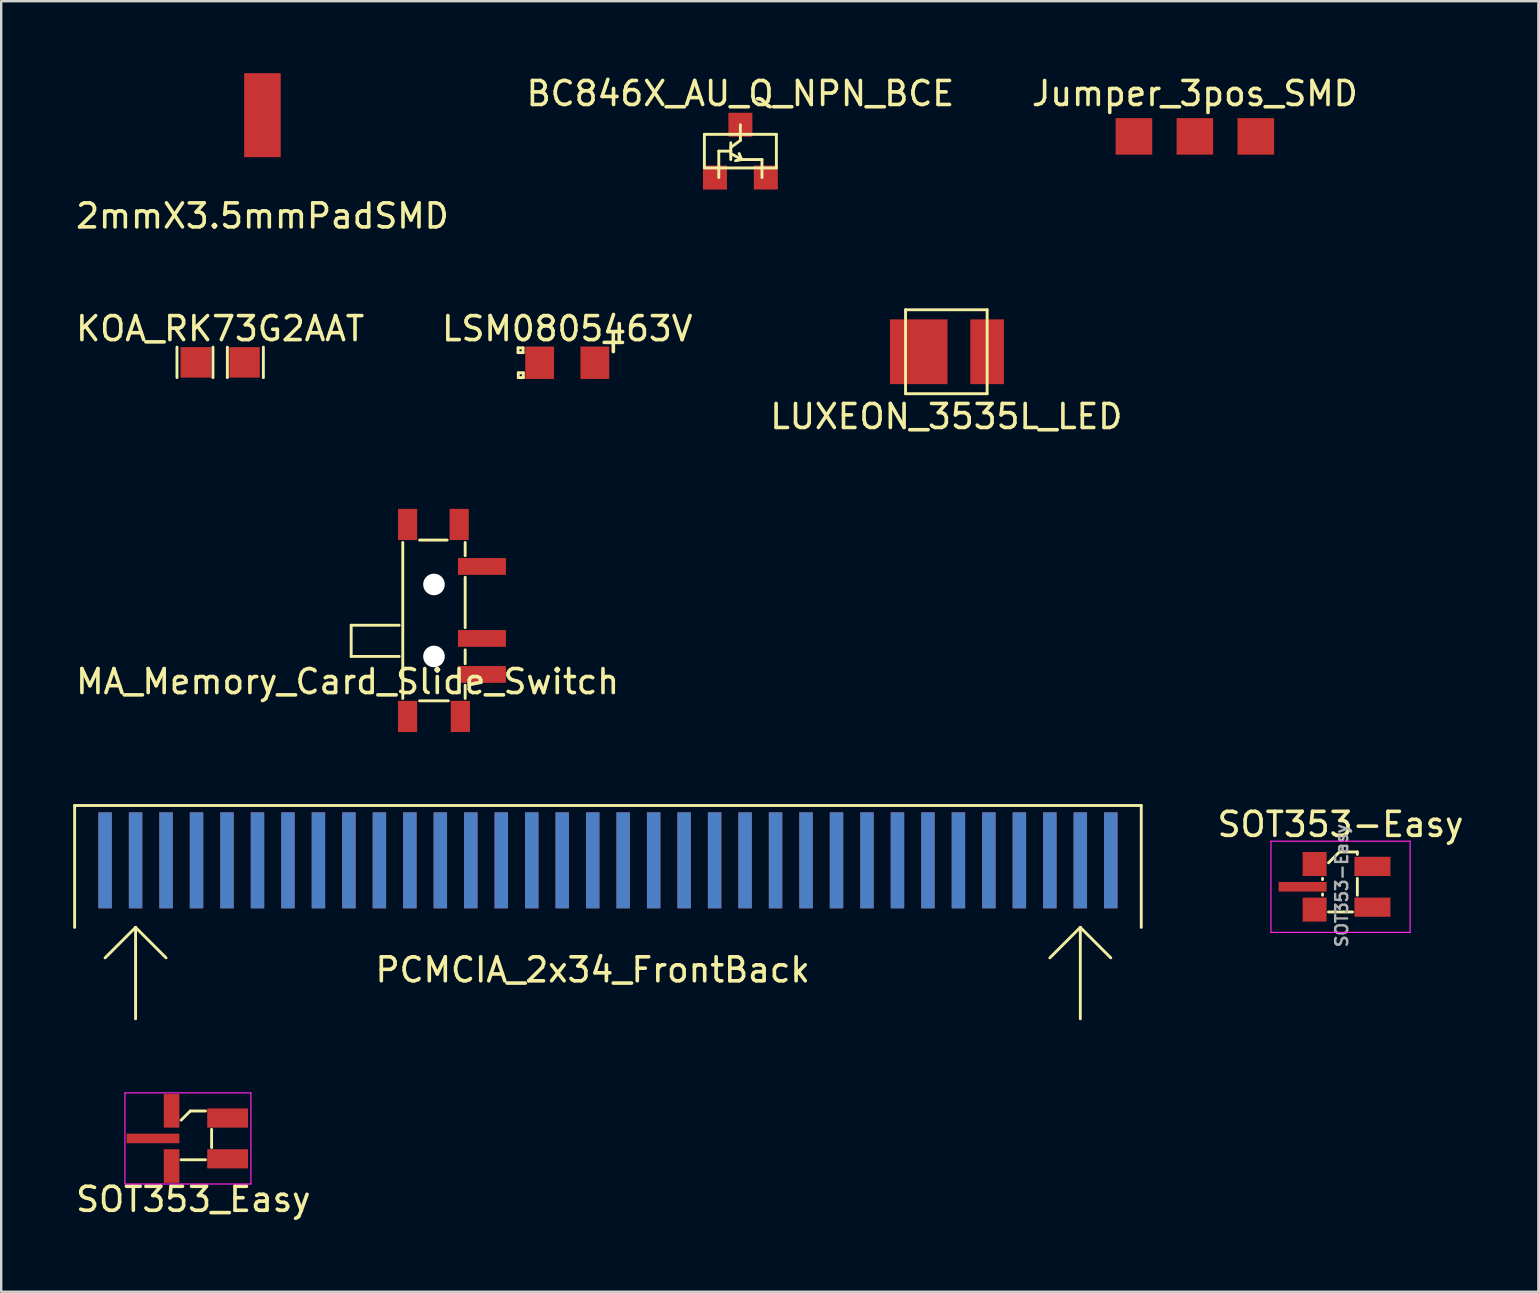
<source format=kicad_pcb>
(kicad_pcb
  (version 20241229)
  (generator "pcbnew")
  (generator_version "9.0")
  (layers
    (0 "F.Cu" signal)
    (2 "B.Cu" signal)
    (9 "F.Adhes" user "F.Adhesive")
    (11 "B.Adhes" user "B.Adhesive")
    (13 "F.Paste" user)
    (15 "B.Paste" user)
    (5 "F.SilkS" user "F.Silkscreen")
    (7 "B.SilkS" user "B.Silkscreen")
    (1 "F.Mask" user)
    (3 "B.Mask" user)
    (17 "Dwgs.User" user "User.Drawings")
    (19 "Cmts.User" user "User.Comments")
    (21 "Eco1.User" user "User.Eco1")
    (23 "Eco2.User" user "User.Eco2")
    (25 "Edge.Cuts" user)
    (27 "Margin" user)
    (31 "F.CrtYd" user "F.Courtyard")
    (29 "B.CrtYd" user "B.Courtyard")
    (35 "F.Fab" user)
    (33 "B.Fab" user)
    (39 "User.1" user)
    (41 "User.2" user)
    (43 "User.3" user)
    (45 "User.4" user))
  (footprint "2mmX3.5mmPadSMD"
    (layer "F.Cu")
    (at 7.887 5.45)
    (property "Reference" "2mmX3.5mmPadSMD" (at 0 0.5 0) (layer "F.SilkS") (effects (font (size 1 1) (thickness 0.15))))
    (attr through_hole)
    (pad "1" smd rect (at 0 -3.7) (size 1.524 3.5) (layers "F.Cu" "F.Mask" "F.Paste")))
  (footprint "LSM0805463V"
    (layer "F.Cu")
    (at 20.589 12.066)
    (property "Reference" "LSM0805463V" (at 0 -1.42 0) (layer "F.SilkS") (effects (font (size 1 1) (thickness 0.15))))
    (attr through_hole)
    (fp_line (start -2.05 -0.62) (end -1.84 -0.62) (stroke (width 0.12) (type solid)) (layer "F.SilkS"))
    (fp_line (start -2.05 -0.42) (end -2.05 -0.62) (stroke (width 0.12) (type solid)) (layer "F.SilkS"))
    (fp_line (start -2.04 0.42) (end -1.83 0.42) (stroke (width 0.12) (type solid)) (layer "F.SilkS"))
    (fp_line (start -2.04 0.62) (end -2.04 0.42) (stroke (width 0.12) (type solid)) (layer "F.SilkS"))
    (fp_line (start -1.84 -0.62) (end -1.84 -0.42) (stroke (width 0.12) (type solid)) (layer "F.SilkS"))
    (fp_line (start -1.84 -0.42) (end -2.05 -0.42) (stroke (width 0.12) (type solid)) (layer "F.SilkS"))
    (fp_line (start -1.83 0.42) (end -1.83 0.62) (stroke (width 0.12) (type solid)) (layer "F.SilkS"))
    (fp_line (start -1.83 0.62) (end -2.04 0.62) (stroke (width 0.12) (type solid)) (layer "F.SilkS"))
    (fp_text user "+" (at 1.92 -0.92 0) (layer "F.SilkS") (effects (font (size 1 1) (thickness 0.15))))
    (pad "1" smd rect (at -1.15 0) (size 1.2 1.35) (layers "F.Cu" "F.Mask" "F.Paste"))
    (pad "2" smd rect (at 1.15 0) (size 1.2 1.35) (layers "F.Cu" "F.Mask" "F.Paste")))
  (footprint "LUXEON_3535L_LED"
    (layer "F.Cu")
    (at 36.387 11.608)
    (property "Reference" "LUXEON_3535L_LED" (at 0 2.7 0) (layer "F.SilkS") (effects (font (size 1 1) (thickness 0.15))))
    (attr through_hole)
    (fp_line (start -1.7 -1.75) (end 1.7 -1.75) (stroke (width 0.12) (type solid)) (layer "F.SilkS"))
    (fp_line (start -1.7 1.75) (end -1.7 -1.75) (stroke (width 0.12) (type solid)) (layer "F.SilkS"))
    (fp_line (start 1.7 -1.75) (end 1.7 1.75) (stroke (width 0.12) (type solid)) (layer "F.SilkS"))
    (fp_line (start 1.7 1.75) (end -1.7 1.75) (stroke (width 0.12) (type solid)) (layer "F.SilkS"))
    (pad "1" smd rect (at -1.15 0) (size 2.4 2.7) (layers "F.Cu" "F.Mask" "F.Paste"))
    (pad "2" smd rect (at 1.7 0) (size 1.4 2.7) (layers "F.Cu" "F.Mask" "F.Paste")))
  (footprint "SOT353_Easy"
    (layer "F.Cu")
    (at 5.006 44.392)
    (property "Reference" "SOT353_Easy" (at 0 2.54 0) (layer "F.SilkS") (effects (font (size 1 1) (thickness 0.15))))
    (attr through_hole)
    (fp_line (start -0.508 -0.762) (end -0.127 -1.143) (stroke (width 0.12) (type solid)) (layer "F.SilkS"))
    (fp_line (start -0.127 -1.143) (end 0.508 -1.143) (stroke (width 0.12) (type solid)) (layer "F.SilkS"))
    (fp_line (start 0.508 0.889) (end -0.508 0.889) (stroke (width 0.12) (type solid)) (layer "F.SilkS"))
    (fp_line (start 0.762 -0.381) (end 0.762 0.381) (stroke (width 0.12) (type solid)) (layer "F.SilkS"))
    (fp_line (start -2.85 -1.9) (end -2.85 1.9) (stroke (width 0.05) (type solid)) (layer "F.CrtYd"))
    (fp_line (start -2.85 1.9) (end 2.4 1.9) (stroke (width 0.05) (type solid)) (layer "F.CrtYd"))
    (fp_line (start 2.4 -1.9) (end -2.85 -1.9) (stroke (width 0.05) (type solid)) (layer "F.CrtYd"))
    (fp_line (start 2.4 1.9) (end 2.4 -1.9) (stroke (width 0.05) (type solid)) (layer "F.CrtYd"))
    (pad "1" smd rect (at -0.905 -1.15) (size 0.65 1.4) (layers "F.Cu" "F.Mask" "F.Paste"))
    (pad "2" smd rect (at -1.68 0) (size 2.2 0.4) (layers "F.Cu" "F.Mask" "F.Paste"))
    (pad "3" smd rect (at -0.905 1.15) (size 0.65 1.4) (layers "F.Cu" "F.Mask" "F.Paste"))
    (pad "4" smd rect (at 1.43 0.85) (size 1.7 0.8) (layers "F.Cu" "F.Mask" "F.Paste"))
    (pad "5" smd rect (at 1.43 -0.85) (size 1.7 0.8) (layers "F.Cu" "F.Mask" "F.Paste")))
  (footprint "Jumper_3pos_SMD"
    (layer "F.Cu")
    (at 46.744 0.348)
    (property "Reference" "Jumper_3pos_SMD" (at 0 0.5 0) (layer "F.SilkS") (effects (font (size 1 1) (thickness 0.15))))
    (attr through_hole)
    (pad "1" smd rect (at -2.54 2.286) (size 1.524 1.524) (layers "F.Cu" "F.Mask" "F.Paste"))
    (pad "2" smd rect (at 0 2.286) (size 1.524 1.524) (layers "F.Cu" "F.Mask" "F.Paste"))
    (pad "3" smd rect (at 2.54 2.286) (size 1.524 1.524) (layers "F.Cu" "F.Mask" "F.Paste")))
  (footprint "SOT353-Easy"
    (layer "F.Cu")
    (at 52.814 33.905)
    (property "Reference" "SOT353-Easy" (at 0 -2.6 0) (unlocked yes) (layer "F.SilkS") (effects (font (size 1 1) (thickness 0.15))))
    (attr smd)
    (fp_line (start -0.75 -0.35) (end -0.75 -0.3) (stroke (width 0.12) (type solid)) (layer "F.SilkS"))
    (fp_line (start -0.75 0.3) (end -0.75 0.35) (stroke (width 0.12) (type solid)) (layer "F.SilkS"))
    (fp_line (start -0.05 -1.45) (end -0.5 -1) (stroke (width 0.12) (type solid)) (layer "F.SilkS"))
    (fp_line (start -0.05 -1.45) (end 0.7 -1.45) (stroke (width 0.12) (type solid)) (layer "F.SilkS"))
    (fp_line (start 0.5 1.05) (end -0.5 1.05) (stroke (width 0.12) (type solid)) (layer "F.SilkS"))
    (fp_line (start 0.7 -1.45) (end 0.7 -1.35) (stroke (width 0.12) (type solid)) (layer "F.SilkS"))
    (fp_line (start 0.7 -0.35) (end 0.7 0.35) (stroke (width 0.12) (type solid)) (layer "F.SilkS"))
    (fp_line (start -2.9 -1.9) (end -2.9 1.9) (stroke (width 0.05) (type solid)) (layer "F.CrtYd"))
    (fp_line (start -2.9 1.9) (end 2.9 1.9) (stroke (width 0.05) (type solid)) (layer "F.CrtYd"))
    (fp_line (start 2.9 -1.9) (end -2.9 -1.9) (stroke (width 0.05) (type solid)) (layer "F.CrtYd"))
    (fp_line (start 2.9 1.9) (end 2.9 -1.9) (stroke (width 0.05) (type solid)) (layer "F.CrtYd"))
    (fp_text user "${REFERENCE}" (at 0.05 -0.05 90) (unlocked yes) (layer "F.Fab") (effects (font (size 0.5 0.5) (thickness 0.1))))
    (pad "1" smd rect (at -1.08 -0.95) (size 1 1) (layers "F.Cu" "F.Mask" "F.Paste"))
    (pad "2" smd rect (at -1.58 0) (size 2 0.4) (layers "F.Cu" "F.Mask" "F.Paste"))
    (pad "3" smd rect (at -1.08 0.95) (size 1 1) (layers "F.Cu" "F.Mask" "F.Paste"))
    (pad "4" smd rect (at 1.33 0.85) (size 1.5 0.8) (layers "F.Cu" "F.Mask" "F.Paste"))
    (pad "5" smd rect (at 1.33 -0.85) (size 1.5 0.8) (layers "F.Cu" "F.Mask" "F.Paste")))
  (footprint "BC846X_AU_Q_NPN_BCE"
    (layer "F.Cu")
    (at 27.804 3.248)
    (property "Reference" "BC846X_AU_Q_NPN_BCE" (at 0 -2.4 0) (layer "F.SilkS") (effects (font (size 1 1) (thickness 0.15))))
    (attr through_hole)
    (fp_line (start -1.5 -0.7) (end 1.5 -0.7) (stroke (width 0.12) (type solid)) (layer "F.SilkS"))
    (fp_line (start -1.5 0.7) (end -1.5 -0.7) (stroke (width 0.12) (type solid)) (layer "F.SilkS"))
    (fp_line (start -0.9 0) (end -0.4 0) (stroke (width 0.12) (type solid)) (layer "F.SilkS"))
    (fp_line (start -0.9 0.7) (end -0.9 0) (stroke (width 0.12) (type solid)) (layer "F.SilkS"))
    (fp_line (start -0.9 0.7) (end -0.9 1.1) (stroke (width 0.12) (type solid)) (layer "F.SilkS"))
    (fp_line (start -0.4 -0.35) (end -0.4 0.35) (stroke (width 0.12) (type solid)) (layer "F.SilkS"))
    (fp_line (start -0.4 0.1) (end 0.05 0.35) (stroke (width 0.12) (type solid)) (layer "F.SilkS"))
    (fp_line (start -0.05 0.1) (end 0.05 0.35) (stroke (width 0.12) (type solid)) (layer "F.SilkS"))
    (fp_line (start 0 -1.1) (end 0 -0.7) (stroke (width 0.12) (type solid)) (layer "F.SilkS"))
    (fp_line (start 0 -0.7) (end 0 -0.45) (stroke (width 0.12) (type solid)) (layer "F.SilkS"))
    (fp_line (start 0 -0.45) (end -0.4 -0.15) (stroke (width 0.12) (type solid)) (layer "F.SilkS"))
    (fp_line (start 0.05 0.35) (end -0.2 0.4) (stroke (width 0.12) (type solid)) (layer "F.SilkS"))
    (fp_line (start 0.05 0.35) (end 0.9 0.35) (stroke (width 0.12) (type solid)) (layer "F.SilkS"))
    (fp_line (start 0.9 0.35) (end 0.9 0.7) (stroke (width 0.12) (type solid)) (layer "F.SilkS"))
    (fp_line (start 0.9 0.7) (end 0.9 1.1) (stroke (width 0.12) (type solid)) (layer "F.SilkS"))
    (fp_line (start 1.5 -0.7) (end 1.5 0.7) (stroke (width 0.12) (type solid)) (layer "F.SilkS"))
    (fp_line (start 1.5 0.7) (end -1.5 0.7) (stroke (width 0.12) (type solid)) (layer "F.SilkS"))
    (pad "1" smd rect (at -1.06 1.1) (size 1 1) (layers "F.Cu" "F.Mask" "F.Paste"))
    (pad "2" smd rect (at 0 -1.1) (size 1 1) (layers "F.Cu" "F.Mask" "F.Paste"))
    (pad "3" smd rect (at 1.06 1.1) (size 1 1) (layers "F.Cu" "F.Mask" "F.Paste")))
  (footprint "MA_Memory_Card_Slide_Switch"
    (layer "F.Cu")
    (at 15.035 22.806)
    (property "Reference" "MA_Memory_Card_Slide_Switch" (at -3.6 2.55 0) (layer "F.SilkS") (effects (font (size 1 1) (thickness 0.15))))
    (attr through_hole)
    (fp_line (start -3.45 0.2) (end -3.45 1.5) (stroke (width 0.12) (type solid)) (layer "F.SilkS"))
    (fp_line (start -3.45 0.2) (end -1.45 0.2) (stroke (width 0.12) (type solid)) (layer "F.SilkS"))
    (fp_line (start -3.45 1.5) (end -1.45 1.5) (stroke (width 0.12) (type solid)) (layer "F.SilkS"))
    (fp_line (start -1.3 3.25) (end -1.3 -3.25) (stroke (width 0.12) (type solid)) (layer "F.SilkS"))
    (fp_line (start 0.55 -3.35) (end -0.6 -3.35) (stroke (width 0.12) (type solid)) (layer "F.SilkS"))
    (fp_line (start 0.6 3.35) (end -0.6 3.35) (stroke (width 0.12) (type solid)) (layer "F.SilkS"))
    (fp_line (start 1.3 -2.7) (end 1.3 -3.25) (stroke (width 0.12) (type solid)) (layer "F.SilkS"))
    (fp_line (start 1.3 0.3) (end 1.3 -1.8) (stroke (width 0.12) (type solid)) (layer "F.SilkS"))
    (fp_line (start 1.3 1.8) (end 1.3 1.225) (stroke (width 0.12) (type solid)) (layer "F.SilkS"))
    (fp_line (start 1.3 3.25) (end 1.3 2.7) (stroke (width 0.12) (type solid)) (layer "F.SilkS"))
    (pad "" smd rect (at -1.1 -4) (size 0.8 1.3) (layers "F.Cu" "F.Mask" "F.Paste"))
    (pad "" smd rect (at -1.1 4) (size 0.8 1.3) (layers "F.Cu" "F.Mask" "F.Paste"))
    (pad "" np_thru_hole circle (at 0 -1.5) (size 0.9 0.9) (drill 0.9) (layers "*.Cu" "*.Mask"))
    (pad "" np_thru_hole circle (at 0 1.5) (size 0.9 0.9) (drill 0.9) (layers "*.Cu" "*.Mask"))
    (pad "" smd rect (at 1.05 -4) (size 0.8 1.3) (layers "F.Cu" "F.Mask" "F.Paste"))
    (pad "" smd rect (at 1.1 4) (size 0.8 1.3) (layers "F.Cu" "F.Mask" "F.Paste"))
    (pad "1" smd rect (at 2 2.25) (size 2 0.7) (layers "F.Cu" "F.Mask" "F.Paste"))
    (pad "2" smd rect (at 2 0.75) (size 2 0.7) (layers "F.Cu" "F.Mask" "F.Paste"))
    (pad "3" smd rect (at 2 -2.25) (size 2 0.7) (layers "F.Cu" "F.Mask" "F.Paste")))
  (footprint "KOA_RK73G2AAT"
    (layer "F.Cu")
    (at 6.125 10.146)
    (property "Reference" "KOA_RK73G2AAT" (at 0 0.5 0) (layer "F.SilkS") (effects (font (size 1 1) (thickness 0.15))))
    (attr through_hole)
    (fp_line (start -1.8 2.54) (end -1.8 1.27) (stroke (width 0.12) (type solid)) (layer "F.SilkS"))
    (fp_line (start -0.3 1.27) (end -0.3 2.54) (stroke (width 0.12) (type solid)) (layer "F.SilkS"))
    (fp_line (start 0.3 1.27) (end 0.3 2.54) (stroke (width 0.12) (type solid)) (layer "F.SilkS"))
    (fp_line (start 1.8 1.27) (end 1.8 2.54) (stroke (width 0.12) (type solid)) (layer "F.SilkS"))
    (pad "1" smd rect (at 1.016 1.905) (size 1.27 1.27) (layers "F.Cu" "F.Mask" "F.Paste"))
    (pad "2" smd rect (at -1.016 1.905) (size 1.27 1.27) (layers "F.Cu" "F.Mask" "F.Paste")))
  (footprint "PCMCIA_2x34_FrontBack"
    (layer "F.Cu")
    (at 21.65 36.867)
    (property "Reference" "PCMCIA_2x34_FrontBack" (at 0 0.5 0) (layer "F.SilkS") (effects (font (size 1 1) (thickness 0.15))))
    (attr through_hole)
    (fp_line (start -21.59 -6.35) (end -21.59 -1.27) (stroke (width 0.12) (type solid)) (layer "F.SilkS"))
    (fp_line (start -21.59 -6.35) (end 22.86 -6.35) (stroke (width 0.12) (type solid)) (layer "F.SilkS"))
    (fp_line (start -19.05 -1.27) (end -20.32 0) (stroke (width 0.12) (type solid)) (layer "F.SilkS"))
    (fp_line (start -19.05 2.54) (end -19.05 -1.27) (stroke (width 0.12) (type solid)) (layer "F.SilkS"))
    (fp_line (start -17.78 0) (end -19.05 -1.27) (stroke (width 0.12) (type solid)) (layer "F.SilkS"))
    (fp_line (start 20.32 -1.27) (end 19.05 0) (stroke (width 0.12) (type solid)) (layer "F.SilkS"))
    (fp_line (start 20.32 2.54) (end 20.32 -1.27) (stroke (width 0.12) (type solid)) (layer "F.SilkS"))
    (fp_line (start 21.59 0) (end 20.32 -1.27) (stroke (width 0.12) (type solid)) (layer "F.SilkS"))
    (fp_line (start 22.86 -6.35) (end 22.86 -1.27) (stroke (width 0.12) (type solid)) (layer "F.SilkS"))
    (pad "1" smd rect (at -20.32 -4.064) (size 0.56 4) (layers "F.Cu" "F.Mask" "F.Paste"))
    (pad "2" smd rect (at -19.05 -4.064) (size 0.56 4) (layers "F.Cu" "F.Mask" "F.Paste"))
    (pad "3" smd rect (at -17.78 -4.064) (size 0.56 4) (layers "F.Cu" "F.Mask" "F.Paste"))
    (pad "4" smd rect (at -16.51 -4.064) (size 0.56 4) (layers "F.Cu" "F.Mask" "F.Paste"))
    (pad "5" smd rect (at -15.24 -4.064) (size 0.56 4) (layers "F.Cu" "F.Mask" "F.Paste"))
    (pad "6" smd rect (at -13.97 -4.064) (size 0.56 4) (layers "F.Cu" "F.Mask" "F.Paste"))
    (pad "7" smd rect (at -12.7 -4.064) (size 0.56 4) (layers "F.Cu" "F.Mask" "F.Paste"))
    (pad "8" smd rect (at -11.43 -4.064) (size 0.56 4) (layers "F.Cu" "F.Mask" "F.Paste"))
    (pad "9" smd rect (at -10.16 -4.064) (size 0.56 4) (layers "F.Cu" "F.Mask" "F.Paste"))
    (pad "10" smd rect (at -8.89 -4.064) (size 0.56 4) (layers "F.Cu" "F.Mask" "F.Paste"))
    (pad "11" smd rect (at -7.62 -4.064) (size 0.56 4) (layers "F.Cu" "F.Mask" "F.Paste"))
    (pad "12" smd rect (at -6.35 -4.064) (size 0.56 4) (layers "F.Cu" "F.Mask" "F.Paste"))
    (pad "13" smd rect (at -5.08 -4.064) (size 0.56 4) (layers "F.Cu" "F.Mask" "F.Paste"))
    (pad "14" smd rect (at -3.81 -4.064) (size 0.56 4) (layers "F.Cu" "F.Mask" "F.Paste"))
    (pad "15" smd rect (at -2.54 -4.064) (size 0.56 4) (layers "F.Cu" "F.Mask" "F.Paste"))
    (pad "16" smd rect (at -1.27 -4.064) (size 0.56 4) (layers "F.Cu" "F.Mask" "F.Paste"))
    (pad "17" smd rect (at 0 -4.064) (size 0.56 4) (layers "F.Cu" "F.Mask" "F.Paste"))
    (pad "18" smd rect (at 1.27 -4.064) (size 0.56 4) (layers "F.Cu" "F.Mask" "F.Paste"))
    (pad "19" smd rect (at 2.54 -4.064) (size 0.56 4) (layers "F.Cu" "F.Mask" "F.Paste"))
    (pad "20" smd rect (at 3.81 -4.064) (size 0.56 4) (layers "F.Cu" "F.Mask" "F.Paste"))
    (pad "21" smd rect (at 5.08 -4.064) (size 0.56 4) (layers "F.Cu" "F.Mask" "F.Paste"))
    (pad "22" smd rect (at 6.35 -4.064) (size 0.56 4) (layers "F.Cu" "F.Mask" "F.Paste"))
    (pad "23" smd rect (at 7.62 -4.064) (size 0.56 4) (layers "F.Cu" "F.Mask" "F.Paste"))
    (pad "24" smd rect (at 8.89 -4.064) (size 0.56 4) (layers "F.Cu" "F.Mask" "F.Paste"))
    (pad "25" smd rect (at 10.16 -4.064) (size 0.56 4) (layers "F.Cu" "F.Mask" "F.Paste"))
    (pad "26" smd rect (at 11.43 -4.064) (size 0.56 4) (layers "F.Cu" "F.Mask" "F.Paste"))
    (pad "27" smd rect (at 12.7 -4.064) (size 0.56 4) (layers "F.Cu" "F.Mask" "F.Paste"))
    (pad "28" smd rect (at 13.97 -4.064) (size 0.56 4) (layers "F.Cu" "F.Mask" "F.Paste"))
    (pad "29" smd rect (at 15.24 -4.064) (size 0.56 4) (layers "F.Cu" "F.Mask" "F.Paste"))
    (pad "30" smd rect (at 16.51 -4.064) (size 0.56 4) (layers "F.Cu" "F.Mask" "F.Paste"))
    (pad "31" smd rect (at 17.78 -4.064) (size 0.56 4) (layers "F.Cu" "F.Mask" "F.Paste"))
    (pad "32" smd rect (at 19.05 -4.064) (size 0.56 4) (layers "F.Cu" "F.Mask" "F.Paste"))
    (pad "33" smd rect (at 20.32 -4.064) (size 0.56 4) (layers "F.Cu" "F.Mask" "F.Paste"))
    (pad "34" smd rect (at 21.59 -4.064) (size 0.56 4) (layers "F.Cu" "F.Mask" "F.Paste"))
    (pad "35" smd rect (at -20.32 -4.064) (size 0.56 4) (layers "B.Cu" "B.Mask"))
    (pad "36" smd rect (at -19.05 -4.064) (size 0.56 4) (layers "B.Cu" "B.Mask" "B.Paste"))
    (pad "37" smd rect (at -17.78 -4.064) (size 0.56 4) (layers "B.Cu" "B.Mask" "B.Paste"))
    (pad "38" smd rect (at -16.51 -4.064) (size 0.56 4) (layers "B.Cu" "B.Mask" "B.Paste"))
    (pad "39" smd rect (at -15.24 -4.064) (size 0.56 4) (layers "B.Cu" "B.Mask" "B.Paste"))
    (pad "40" smd rect (at -13.97 -4.064) (size 0.56 4) (layers "B.Cu" "B.Mask" "B.Paste"))
    (pad "41" smd rect (at -12.7 -4.064) (size 0.56 4) (layers "B.Cu" "B.Mask" "B.Paste"))
    (pad "42" smd rect (at -11.43 -4.064) (size 0.56 4) (layers "B.Cu" "B.Mask" "B.Paste"))
    (pad "43" smd rect (at -10.16 -4.064) (size 0.56 4) (layers "B.Cu" "B.Mask" "B.Paste"))
    (pad "44" smd rect (at -8.89 -4.064) (size 0.56 4) (layers "B.Cu" "B.Mask" "B.Paste"))
    (pad "45" smd rect (at -7.62 -4.064) (size 0.56 4) (layers "B.Cu" "B.Mask" "B.Paste"))
    (pad "46" smd rect (at -6.35 -4.064) (size 0.56 4) (layers "B.Cu" "B.Mask" "B.Paste"))
    (pad "47" smd rect (at -5.08 -4.064) (size 0.56 4) (layers "B.Cu" "B.Mask" "B.Paste"))
    (pad "48" smd rect (at -3.81 -4.064) (size 0.56 4) (layers "B.Cu" "B.Mask" "B.Paste"))
    (pad "49" smd rect (at -2.54 -4.064) (size 0.56 4) (layers "B.Cu" "B.Mask" "B.Paste"))
    (pad "50" smd rect (at -1.27 -4.064) (size 0.56 4) (layers "B.Cu" "B.Mask" "B.Paste"))
    (pad "51" smd rect (at 0 -4.064) (size 0.56 4) (layers "B.Cu" "B.Mask" "B.Paste"))
    (pad "52" smd rect (at 1.27 -4.064) (size 0.56 4) (layers "B.Cu" "B.Mask" "B.Paste"))
    (pad "53" smd rect (at 2.54 -4.064) (size 0.56 4) (layers "B.Cu" "B.Mask" "B.Paste"))
    (pad "54" smd rect (at 3.81 -4.064) (size 0.56 4) (layers "B.Cu" "B.Mask" "B.Paste"))
    (pad "55" smd rect (at 5.08 -4.064) (size 0.56 4) (layers "B.Cu" "B.Mask" "B.Paste"))
    (pad "56" smd rect (at 6.35 -4.064) (size 0.56 4) (layers "B.Cu" "B.Mask" "B.Paste"))
    (pad "57" smd rect (at 7.62 -4.064) (size 0.56 4) (layers "B.Cu" "B.Mask" "B.Paste"))
    (pad "58" smd rect (at 8.89 -4.064) (size 0.56 4) (layers "B.Cu" "B.Mask" "B.Paste"))
    (pad "59" smd rect (at 10.16 -4.064) (size 0.56 4) (layers "B.Cu" "B.Mask" "B.Paste"))
    (pad "60" smd rect (at 11.43 -4.064) (size 0.56 4) (layers "B.Cu" "B.Mask" "B.Paste"))
    (pad "61" smd rect (at 12.7 -4.064) (size 0.56 4) (layers "B.Cu" "B.Mask" "B.Paste"))
    (pad "62" smd rect (at 13.97 -4.064) (size 0.56 4) (layers "B.Cu" "B.Mask" "B.Paste"))
    (pad "63" smd rect (at 15.24 -4.064) (size 0.56 4) (layers "B.Cu" "B.Mask" "B.Paste"))
    (pad "64" smd rect (at 16.51 -4.064) (size 0.56 4) (layers "B.Cu" "B.Mask" "B.Paste"))
    (pad "65" smd rect (at 17.78 -4.064) (size 0.56 4) (layers "B.Cu" "B.Mask" "B.Paste"))
    (pad "66" smd rect (at 19.05 -4.064) (size 0.56 4) (layers "B.Cu" "B.Mask" "B.Paste"))
    (pad "67" smd rect (at 20.32 -4.064) (size 0.56 4) (layers "B.Cu" "B.Mask" "B.Paste"))
    (pad "68" smd rect (at 21.59 -4.064) (size 0.56 4) (layers "B.Cu" "B.Mask" "B.Paste")))
  (gr_rect
    (start -3 -3)
    (end 61.058 50.78)
    (stroke (width 0.1) (type default))
    (fill no)
    (layer "Edge.Cuts")))
</source>
